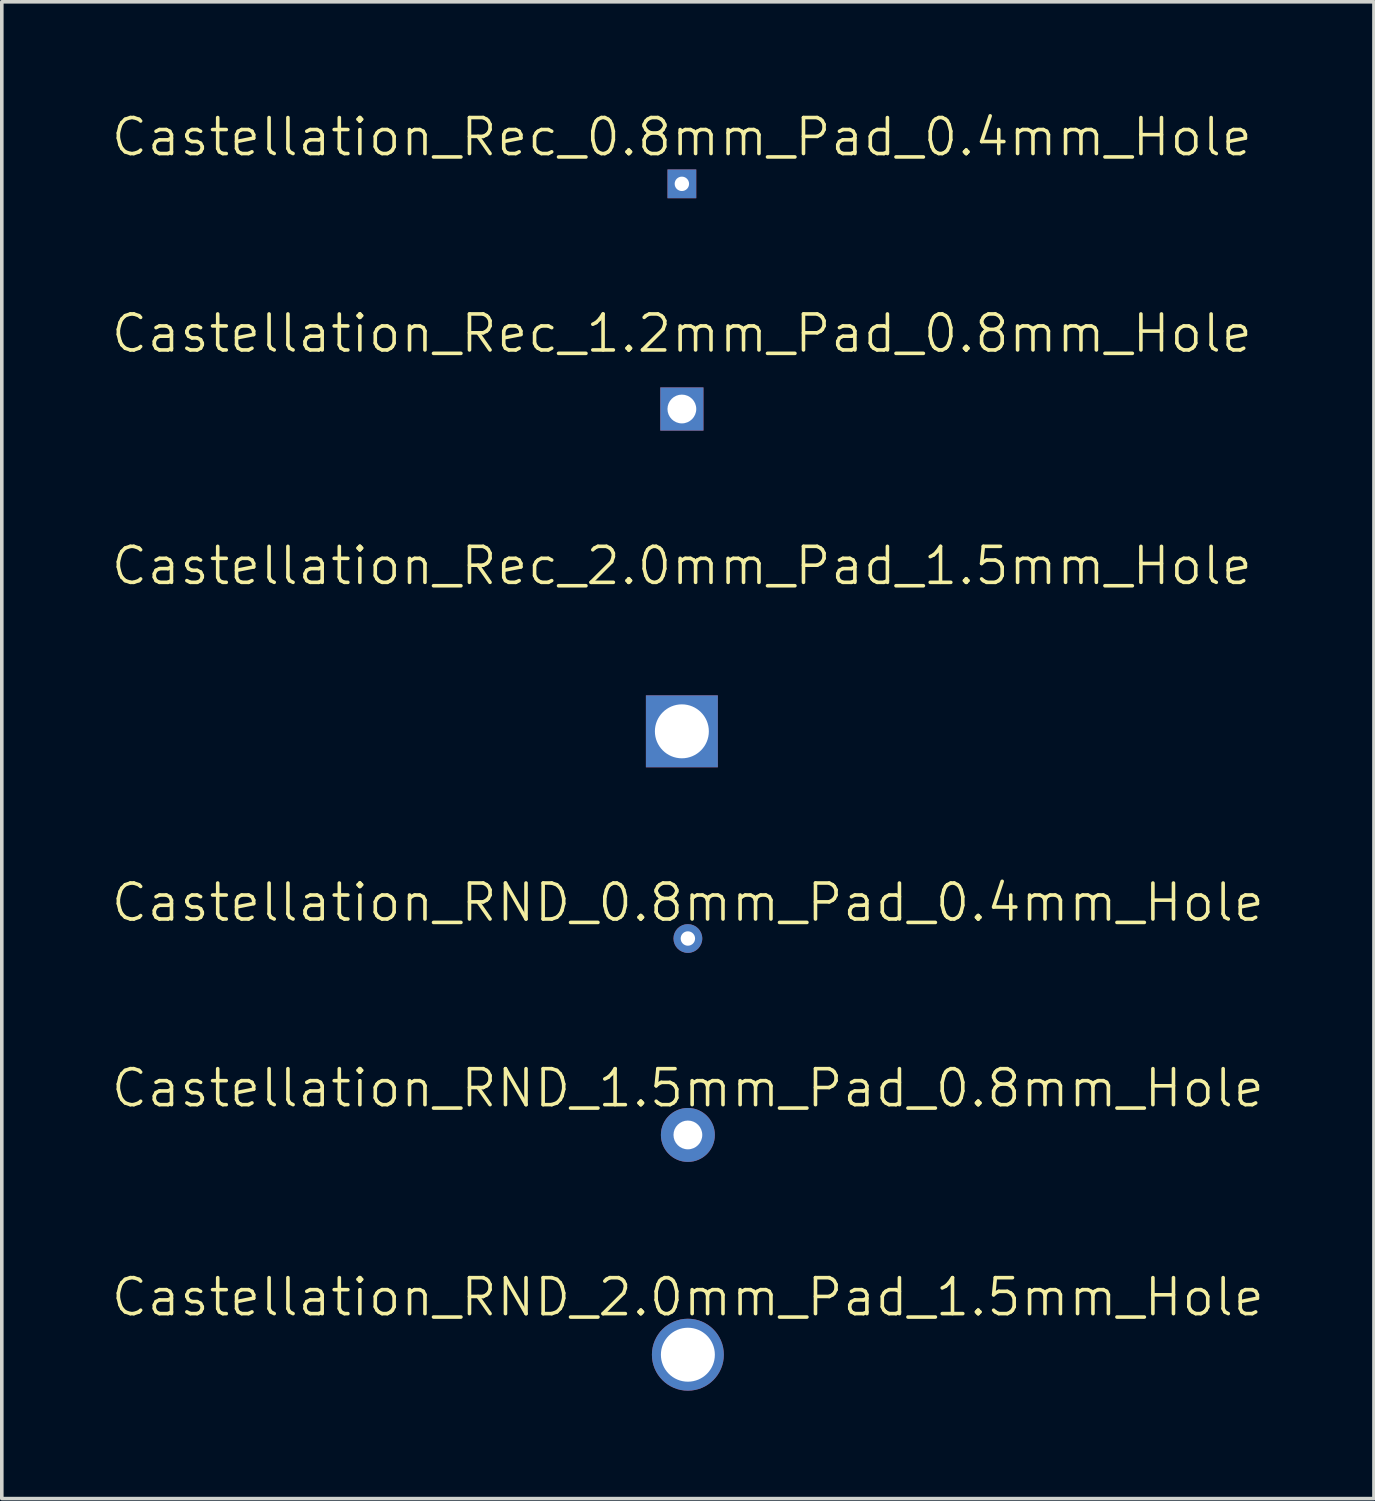
<source format=kicad_pcb>
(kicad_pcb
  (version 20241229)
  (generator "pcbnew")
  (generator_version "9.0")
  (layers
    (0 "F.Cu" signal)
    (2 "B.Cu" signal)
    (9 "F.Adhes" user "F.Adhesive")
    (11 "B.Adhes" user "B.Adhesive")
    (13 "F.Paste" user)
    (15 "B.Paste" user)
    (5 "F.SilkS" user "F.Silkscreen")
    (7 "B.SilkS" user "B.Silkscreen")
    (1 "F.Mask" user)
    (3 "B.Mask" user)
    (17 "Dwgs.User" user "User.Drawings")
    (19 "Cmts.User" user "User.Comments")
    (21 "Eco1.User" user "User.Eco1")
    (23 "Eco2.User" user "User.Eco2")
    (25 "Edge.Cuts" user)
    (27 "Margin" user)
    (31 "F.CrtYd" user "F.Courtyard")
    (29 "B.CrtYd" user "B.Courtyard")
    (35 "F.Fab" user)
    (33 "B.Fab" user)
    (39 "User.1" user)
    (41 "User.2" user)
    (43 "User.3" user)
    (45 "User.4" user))
  (footprint "Castellation_Rec_0.8mm_Pad_0.4mm_Hole"
    (layer "F.Cu")
    (at 15.907 2.061)
    (property "Reference" "Castellation_Rec_0.8mm_Pad_0.4mm_Hole" (at 0 -1.3 0) (unlocked yes) (layer "F.SilkS") (effects (font (size 1 1) (thickness 0.1))))
    (attr through_hole)
    (pad "1" thru_hole rect (at 0 0) (size 0.8 0.8) (drill 0.4) (property pad_prop_castellated) (layers "*.Cu" "*.Mask")))
  (footprint "Castellation_RND_0.8mm_Pad_0.4mm_Hole"
    (layer "F.Cu")
    (at 16.074 23.042)
    (property "Reference" "Castellation_RND_0.8mm_Pad_0.4mm_Hole" (at 0 -1 0) (unlocked yes) (layer "F.SilkS") (effects (font (size 1 1) (thickness 0.1))))
    (attr through_hole)
    (pad "1" thru_hole circle (at 0 0) (size 0.8 0.8) (drill 0.4) (property pad_prop_castellated) (layers "*.Cu" "*.Mask")))
  (footprint "Castellation_RND_2.0mm_Pad_1.5mm_Hole"
    (layer "F.Cu")
    (at 16.074 34.613)
    (property "Reference" "Castellation_RND_2.0mm_Pad_1.5mm_Hole" (at 0 -1.6 0) (unlocked yes) (layer "F.SilkS") (effects (font (size 1 1) (thickness 0.1))))
    (attr through_hole)
    (pad "1" thru_hole circle (at 0 0) (size 2 2) (drill 1.5) (property pad_prop_castellated) (layers "*.Cu" "*.Mask")))
  (footprint "Castellation_Rec_2.0mm_Pad_1.5mm_Hole"
    (layer "F.Cu")
    (at 15.907 17.282)
    (property "Reference" "Castellation_Rec_2.0mm_Pad_1.5mm_Hole" (at 0 -4.6 0) (unlocked yes) (layer "F.SilkS") (effects (font (size 1 1) (thickness 0.1))))
    (attr through_hole)
    (pad "1" thru_hole rect (at 0 0) (size 2 2) (drill 1.5) (property pad_prop_castellated) (layers "*.Cu" "*.Mask")))
  (footprint "Castellation_Rec_1.2mm_Pad_0.8mm_Hole"
    (layer "F.Cu")
    (at 15.907 8.321)
    (property "Reference" "Castellation_Rec_1.2mm_Pad_0.8mm_Hole" (at 0 -2.1 0) (unlocked yes) (layer "F.SilkS") (effects (font (size 1 1) (thickness 0.1))))
    (attr through_hole)
    (pad "1" thru_hole rect (at 0 0) (size 1.2 1.2) (drill 0.8) (property pad_prop_castellated) (layers "*.Cu" "*.Mask")))
  (footprint "Castellation_RND_1.5mm_Pad_0.8mm_Hole"
    (layer "F.Cu")
    (at 16.074 28.503)
    (property "Reference" "Castellation_RND_1.5mm_Pad_0.8mm_Hole" (at 0 -1.3 0) (unlocked yes) (layer "F.SilkS") (effects (font (size 1 1) (thickness 0.1))))
    (attr through_hole)
    (pad "1" thru_hole circle (at 0 0) (size 1.5 1.5) (drill 0.8) (property pad_prop_castellated) (layers "*.Cu" "*.Mask")))
  (gr_rect
    (start -3 -3)
    (end 35.148 38.613)
    (stroke (width 0.1) (type default))
    (fill no)
    (layer "Edge.Cuts")))
</source>
